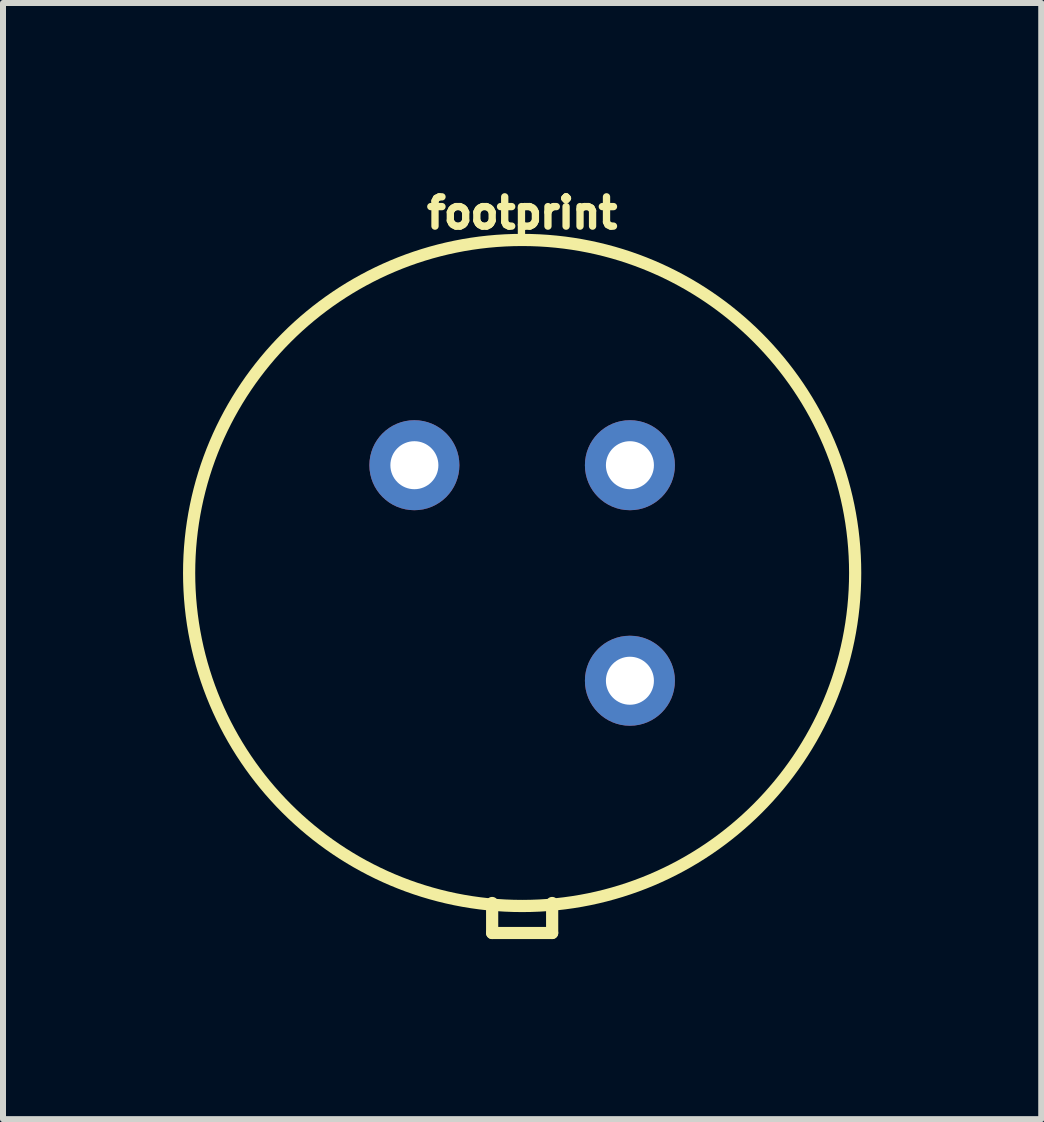
<source format=kicad_pcb>
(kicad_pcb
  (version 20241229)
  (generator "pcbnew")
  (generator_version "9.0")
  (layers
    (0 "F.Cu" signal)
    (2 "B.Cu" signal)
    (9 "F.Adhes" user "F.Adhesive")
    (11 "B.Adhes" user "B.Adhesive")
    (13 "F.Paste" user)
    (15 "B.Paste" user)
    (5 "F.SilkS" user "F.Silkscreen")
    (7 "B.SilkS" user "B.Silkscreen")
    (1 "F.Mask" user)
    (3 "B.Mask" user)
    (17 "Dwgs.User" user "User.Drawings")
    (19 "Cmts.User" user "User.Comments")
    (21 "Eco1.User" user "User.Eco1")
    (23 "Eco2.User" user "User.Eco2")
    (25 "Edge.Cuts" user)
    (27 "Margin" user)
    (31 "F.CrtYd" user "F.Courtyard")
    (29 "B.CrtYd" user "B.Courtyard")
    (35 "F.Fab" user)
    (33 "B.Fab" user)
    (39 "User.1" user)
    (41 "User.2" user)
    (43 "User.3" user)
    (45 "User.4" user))
  (footprint "footprint"
    (layer "F.Cu")
    (at 5.652 6.499)
    (property "Reference" "footprint" (at 0 -6 0) (layer "F.SilkS") (effects (font (size 0.488 0.488) (thickness 0.122))))
    (fp_circle (center -1.796 -1.796) (end -1.371 -1.796) (stroke (width 0.85) (type solid)) (fill no) (layer "B.Mask"))
    (fp_circle (center 1.796 -1.796) (end 2.221 -1.796) (stroke (width 0.85) (type solid)) (fill no) (layer "B.Mask"))
    (fp_circle (center 1.796 1.796) (end 2.221 1.796) (stroke (width 0.85) (type solid)) (fill no) (layer "B.Mask"))
    (fp_line (start -0.5 5.5) (end -0.5 6) (stroke (width 0.203) (type solid)) (layer "F.SilkS"))
    (fp_line (start -0.5 6) (end 0.5 6) (stroke (width 0.203) (type solid)) (layer "F.SilkS"))
    (fp_line (start 0.5 6) (end 0.5 5.5) (stroke (width 0.203) (type solid)) (layer "F.SilkS"))
    (fp_circle (center 0 0) (end 5.55 0) (stroke (width 0.203) (type solid)) (fill no) (layer "F.SilkS"))
    (pad "GND" thru_hole circle (at -1.796 -1.796) (size 1.5 1.5) (drill 0.8) (layers "*.Cu"))
    (pad "OUT" thru_hole circle (at 1.796 -1.796) (size 1.5 1.5) (drill 0.8) (layers "*.Cu"))
    (pad "VDD" thru_hole circle (at 1.796 1.796) (size 1.5 1.5) (drill 0.8) (layers "*.Cu")))
  (gr_rect
    (start -3 -3)
    (end 14.303 15.601)
    (stroke (width 0.1) (type default))
    (fill no)
    (layer "Edge.Cuts")))
</source>
